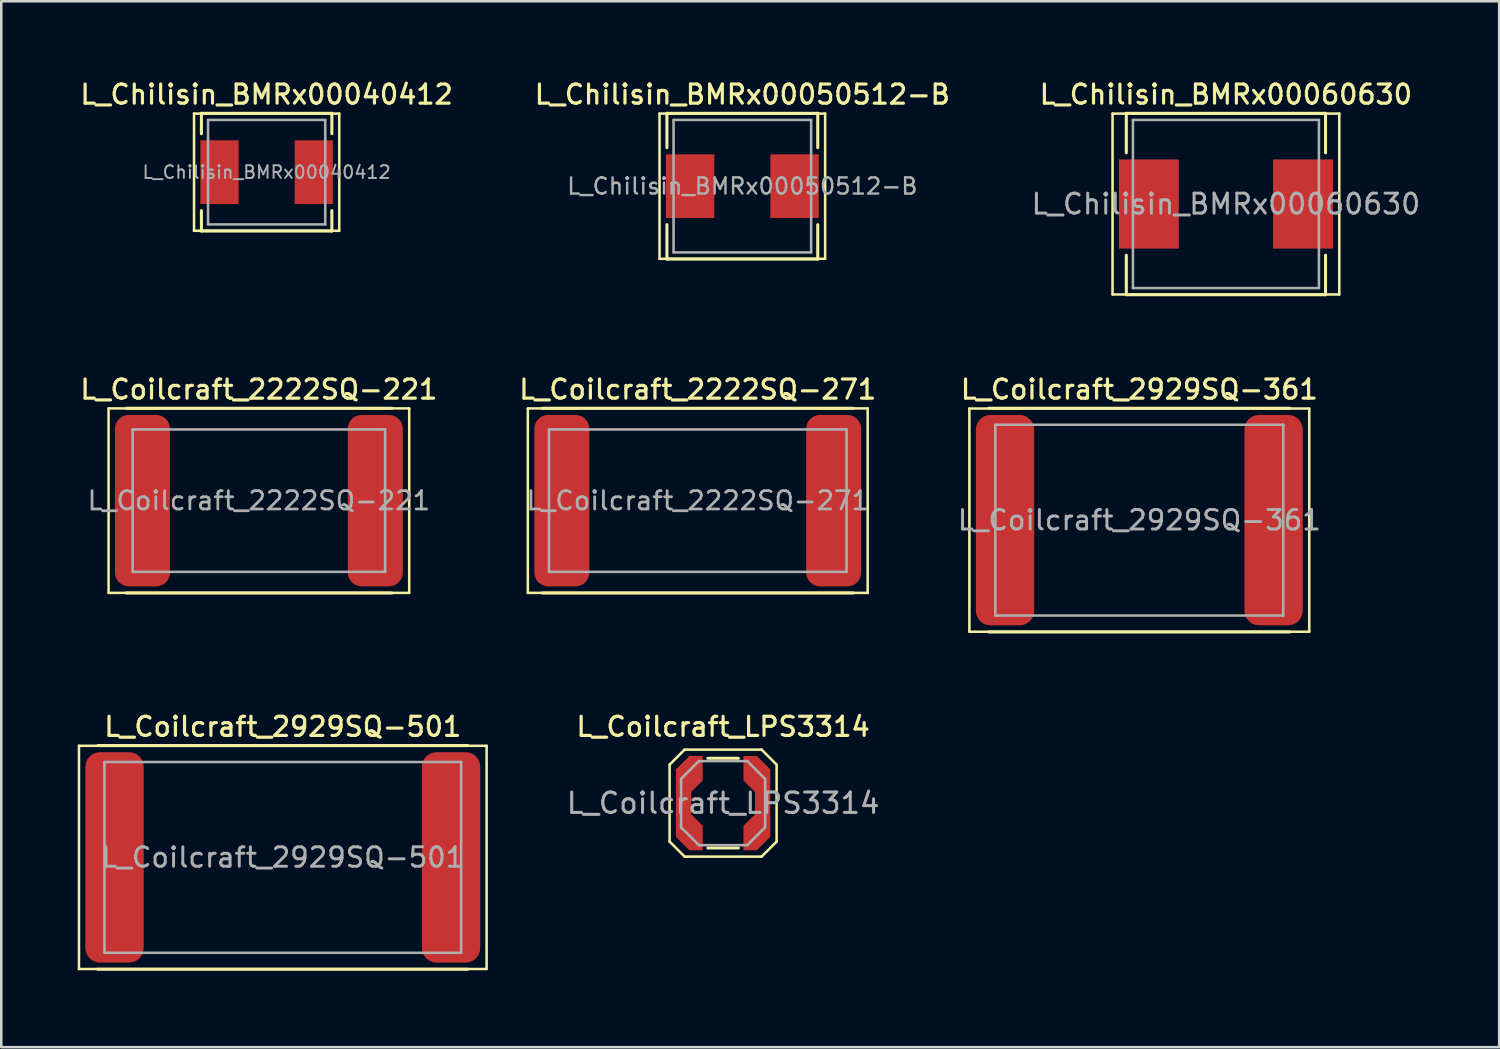
<source format=kicad_pcb>
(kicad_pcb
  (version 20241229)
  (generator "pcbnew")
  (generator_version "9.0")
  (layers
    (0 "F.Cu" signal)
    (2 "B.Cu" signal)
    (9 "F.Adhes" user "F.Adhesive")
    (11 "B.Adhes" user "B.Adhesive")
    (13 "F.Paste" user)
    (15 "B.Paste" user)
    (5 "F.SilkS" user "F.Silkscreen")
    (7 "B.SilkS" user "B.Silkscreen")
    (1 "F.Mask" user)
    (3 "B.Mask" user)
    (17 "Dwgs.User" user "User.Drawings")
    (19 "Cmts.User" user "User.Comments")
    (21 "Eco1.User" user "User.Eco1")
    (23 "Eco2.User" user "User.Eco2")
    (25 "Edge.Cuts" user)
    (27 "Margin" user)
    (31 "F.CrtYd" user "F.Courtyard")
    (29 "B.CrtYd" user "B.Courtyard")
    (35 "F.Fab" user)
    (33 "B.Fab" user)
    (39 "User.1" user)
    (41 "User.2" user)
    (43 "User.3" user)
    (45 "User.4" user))
  (footprint "L_Coilcraft_LPS3314"
    (layer "F.Cu")
    (at 25.333 28.474)
    (property "Reference" "L_Coilcraft_LPS3314" (at 0 -3 0) (layer "F.SilkS") (effects (font (size 0.75 0.75) (thickness 0.125))))
    (attr smd)
    (fp_line (start -2.1 -1.51) (end -2.1 1.51) (stroke (width 0.1) (type solid)) (layer "F.SilkS"))
    (fp_line (start -1.51 -2.1) (end -2.1 -1.51) (stroke (width 0.1) (type solid)) (layer "F.SilkS"))
    (fp_line (start -1.51 -2.1) (end 1.51 -2.1) (stroke (width 0.1) (type solid)) (layer "F.SilkS"))
    (fp_line (start -1.51 2.1) (end -2.1 1.51) (stroke (width 0.1) (type solid)) (layer "F.SilkS"))
    (fp_line (start -1.51 2.1) (end 1.51 2.1) (stroke (width 0.1) (type solid)) (layer "F.SilkS"))
    (fp_line (start -0.6 -1.76) (end 0.6 -1.76) (stroke (width 0.12) (type solid)) (layer "F.SilkS"))
    (fp_line (start -0.6 1.76) (end 0.6 1.76) (stroke (width 0.12) (type solid)) (layer "F.SilkS"))
    (fp_line (start 1.51 -2.1) (end 2.1 -1.51) (stroke (width 0.1) (type solid)) (layer "F.SilkS"))
    (fp_line (start 1.51 2.1) (end 2.1 1.51) (stroke (width 0.1) (type solid)) (layer "F.SilkS"))
    (fp_line (start 2.1 -1.51) (end 2.1 1.51) (stroke (width 0.1) (type solid)) (layer "F.SilkS"))
    (fp_line (start -1.65 -0.95) (end -0.95 -1.65) (stroke (width 0.1) (type solid)) (layer "F.Fab"))
    (fp_line (start -1.65 0.95) (end -1.65 -0.95) (stroke (width 0.1) (type solid)) (layer "F.Fab"))
    (fp_line (start -1.65 0.95) (end -0.95 1.65) (stroke (width 0.1) (type solid)) (layer "F.Fab"))
    (fp_line (start -0.95 -1.65) (end 0.95 -1.65) (stroke (width 0.1) (type solid)) (layer "F.Fab"))
    (fp_line (start 0.95 -1.65) (end 1.65 -0.95) (stroke (width 0.1) (type solid)) (layer "F.Fab"))
    (fp_line (start 0.95 1.65) (end -0.95 1.65) (stroke (width 0.1) (type solid)) (layer "F.Fab"))
    (fp_line (start 0.95 1.65) (end 1.65 0.95) (stroke (width 0.1) (type solid)) (layer "F.Fab"))
    (fp_line (start 1.65 -0.95) (end 1.65 0.95) (stroke (width 0.1) (type solid)) (layer "F.Fab"))
    (fp_text user "${REFERENCE}" (at 0 0 0) (layer "F.Fab") (effects (font (size 0.8 0.8) (thickness 0.12))))
    (pad "1" smd custom (at -1.55 0) (size 0.6 0.881) (layers "F.Cu" "F.Mask" "F.Paste") (options (anchor rect)) (primitives (gr_poly (pts (xy 0.75 -0.885) (xy 0.3 -0.441) (xy 0.3 0.441) (xy 0.75 0.885) (xy 0.75 1.85) (xy 0.225 1.85) (xy -0.3 1.325) (xy -0.3 -1.325) (xy 0.225 -1.85) (xy 0.75 -1.85)) (width 0) (fill yes))))
    (pad "2" smd custom (at 1.55 0 180) (size 0.6 0.881) (layers "F.Cu" "F.Mask" "F.Paste") (options (anchor rect)) (primitives (gr_poly (pts (xy 0.75 -0.885) (xy 0.3 -0.441) (xy 0.3 0.441) (xy 0.75 0.885) (xy 0.75 1.85) (xy 0.225 1.85) (xy -0.3 1.325) (xy -0.3 -1.325) (xy 0.225 -1.85) (xy 0.75 -1.85)) (width 0) (fill yes)))))
  (footprint "L_Chilisin_BMRx00050512-B"
    (layer "F.Cu")
    (at 26.088 4.258)
    (property "Reference" "L_Chilisin_BMRx00050512-B" (at 0 -3.6 0) (layer "F.SilkS") (effects (font (size 0.75 0.75) (thickness 0.125))))
    (attr smd)
    (fp_line (start -3.25 -2.85) (end -3.25 2.85) (stroke (width 0.1) (type solid)) (layer "F.SilkS"))
    (fp_line (start -3.25 2.85) (end 3.25 2.85) (stroke (width 0.1) (type solid)) (layer "F.SilkS"))
    (fp_line (start -2.96 -2.86) (end -2.96 -1.51) (stroke (width 0.12) (type solid)) (layer "F.SilkS"))
    (fp_line (start -2.96 -2.86) (end 2.96 -2.86) (stroke (width 0.12) (type solid)) (layer "F.SilkS"))
    (fp_line (start -2.96 2.86) (end -2.96 1.51) (stroke (width 0.12) (type solid)) (layer "F.SilkS"))
    (fp_line (start -2.96 2.86) (end 2.96 2.86) (stroke (width 0.12) (type solid)) (layer "F.SilkS"))
    (fp_line (start 2.96 -2.86) (end 2.96 -1.51) (stroke (width 0.12) (type solid)) (layer "F.SilkS"))
    (fp_line (start 2.96 2.86) (end 2.96 1.51) (stroke (width 0.12) (type solid)) (layer "F.SilkS"))
    (fp_line (start 3.25 -2.85) (end -3.25 -2.85) (stroke (width 0.1) (type solid)) (layer "F.SilkS"))
    (fp_line (start 3.25 2.85) (end 3.25 -2.85) (stroke (width 0.1) (type solid)) (layer "F.SilkS"))
    (fp_line (start -2.7 -2.6) (end -2.7 2.6) (stroke (width 0.1) (type solid)) (layer "F.Fab"))
    (fp_line (start -2.7 2.6) (end 2.7 2.6) (stroke (width 0.1) (type solid)) (layer "F.Fab"))
    (fp_line (start 2.7 -2.6) (end -2.7 -2.6) (stroke (width 0.1) (type solid)) (layer "F.Fab"))
    (fp_line (start 2.7 2.6) (end 2.7 -2.6) (stroke (width 0.1) (type solid)) (layer "F.Fab"))
    (fp_text user "${REFERENCE}" (at 0 0 0) (layer "F.Fab") (effects (font (size 0.633 0.633) (thickness 0.095))))
    (pad "1" smd rect (at -2.05 0) (size 1.9 2.5) (layers "F.Cu" "F.Mask" "F.Paste"))
    (pad "2" smd rect (at 2.05 0) (size 1.9 2.5) (layers "F.Cu" "F.Mask" "F.Paste")))
  (footprint "L_Coilcraft_2929SQ-361"
    (layer "F.Cu")
    (at 41.67 17.366)
    (property "Reference" "L_Coilcraft_2929SQ-361" (at 0 -5.13 0) (layer "F.SilkS") (effects (font (size 0.75 0.75) (thickness 0.125))))
    (attr smd)
    (fp_line (start -6.67 -4.38) (end -6.67 4.38) (stroke (width 0.1) (type solid)) (layer "F.SilkS"))
    (fp_line (start -6.67 4.38) (end 6.67 4.38) (stroke (width 0.1) (type solid)) (layer "F.SilkS"))
    (fp_line (start -5.91 -4.39) (end 5.91 -4.39) (stroke (width 0.12) (type solid)) (layer "F.SilkS"))
    (fp_line (start -5.91 4.39) (end 5.91 4.39) (stroke (width 0.12) (type solid)) (layer "F.SilkS"))
    (fp_line (start 6.67 -4.38) (end -6.67 -4.38) (stroke (width 0.1) (type solid)) (layer "F.SilkS"))
    (fp_line (start 6.67 4.38) (end 6.67 -4.38) (stroke (width 0.1) (type solid)) (layer "F.SilkS"))
    (fp_line (start -5.65 -3.745) (end -5.65 3.745) (stroke (width 0.1) (type solid)) (layer "F.Fab"))
    (fp_line (start -5.65 3.745) (end 5.65 3.745) (stroke (width 0.1) (type solid)) (layer "F.Fab"))
    (fp_line (start 5.65 -3.745) (end -5.65 -3.745) (stroke (width 0.1) (type solid)) (layer "F.Fab"))
    (fp_line (start 5.65 3.745) (end 5.65 -3.745) (stroke (width 0.1) (type solid)) (layer "F.Fab"))
    (fp_text user "${REFERENCE}" (at 0 0 0) (layer "F.Fab") (effects (font (size 0.763 0.763) (thickness 0.115))))
    (pad "1" smd roundrect (at -5.271 0) (size 2.29 8.26) (layers "F.Cu" "F.Mask" "F.Paste") (roundrect_rratio 0.25))
    (pad "2" smd roundrect (at 5.271 0) (size 2.29 8.26) (layers "F.Cu" "F.Mask" "F.Paste") (roundrect_rratio 0.25)))
  (footprint "L_Coilcraft_2222SQ-221"
    (layer "F.Cu")
    (at 7.112 16.601)
    (property "Reference" "L_Coilcraft_2222SQ-221" (at 0 -4.365 0) (layer "F.SilkS") (effects (font (size 0.75 0.75) (thickness 0.125))))
    (attr smd)
    (fp_line (start -5.9 -3.62) (end -5.9 3.62) (stroke (width 0.1) (type solid)) (layer "F.SilkS"))
    (fp_line (start -5.9 3.62) (end 5.9 3.62) (stroke (width 0.1) (type solid)) (layer "F.SilkS"))
    (fp_line (start -5.215 -3.625) (end 5.215 -3.625) (stroke (width 0.12) (type solid)) (layer "F.SilkS"))
    (fp_line (start -5.215 3.625) (end 5.215 3.625) (stroke (width 0.12) (type solid)) (layer "F.SilkS"))
    (fp_line (start 5.9 -3.62) (end -5.9 -3.62) (stroke (width 0.1) (type solid)) (layer "F.SilkS"))
    (fp_line (start 5.9 3.62) (end 5.9 -3.62) (stroke (width 0.1) (type solid)) (layer "F.SilkS"))
    (fp_line (start -4.955 -2.795) (end -4.955 2.795) (stroke (width 0.1) (type solid)) (layer "F.Fab"))
    (fp_line (start -4.955 2.795) (end 4.955 2.795) (stroke (width 0.1) (type solid)) (layer "F.Fab"))
    (fp_line (start 4.955 -2.795) (end -4.955 -2.795) (stroke (width 0.1) (type solid)) (layer "F.Fab"))
    (fp_line (start 4.955 2.795) (end 4.955 -2.795) (stroke (width 0.1) (type solid)) (layer "F.Fab"))
    (fp_text user "${REFERENCE}" (at 0 0 0) (layer "F.Fab") (effects (font (size 0.72 0.72) (thickness 0.108))))
    (pad "1" smd roundrect (at -4.57 0) (size 2.16 6.73) (layers "F.Cu" "F.Mask" "F.Paste") (roundrect_rratio 0.25))
    (pad "2" smd roundrect (at 4.57 0) (size 2.16 6.73) (layers "F.Cu" "F.Mask" "F.Paste") (roundrect_rratio 0.25)))
  (footprint "L_Chilisin_BMRx00040412"
    (layer "F.Cu")
    (at 7.416 3.708)
    (property "Reference" "L_Chilisin_BMRx00040412" (at 0 -3.05 0) (layer "F.SilkS") (effects (font (size 0.75 0.75) (thickness 0.125))))
    (attr smd)
    (fp_line (start -2.85 -2.3) (end -2.85 2.3) (stroke (width 0.1) (type solid)) (layer "F.SilkS"))
    (fp_line (start -2.85 2.3) (end 2.85 2.3) (stroke (width 0.1) (type solid)) (layer "F.SilkS"))
    (fp_line (start -2.56 -2.31) (end -2.56 -1.51) (stroke (width 0.12) (type solid)) (layer "F.SilkS"))
    (fp_line (start -2.56 -2.31) (end 2.56 -2.31) (stroke (width 0.12) (type solid)) (layer "F.SilkS"))
    (fp_line (start -2.56 2.31) (end -2.56 1.51) (stroke (width 0.12) (type solid)) (layer "F.SilkS"))
    (fp_line (start -2.56 2.31) (end 2.56 2.31) (stroke (width 0.12) (type solid)) (layer "F.SilkS"))
    (fp_line (start 2.56 -2.31) (end 2.56 -1.51) (stroke (width 0.12) (type solid)) (layer "F.SilkS"))
    (fp_line (start 2.56 2.31) (end 2.56 1.51) (stroke (width 0.12) (type solid)) (layer "F.SilkS"))
    (fp_line (start 2.85 -2.3) (end -2.85 -2.3) (stroke (width 0.1) (type solid)) (layer "F.SilkS"))
    (fp_line (start 2.85 2.3) (end 2.85 -2.3) (stroke (width 0.1) (type solid)) (layer "F.SilkS"))
    (fp_line (start -2.3 -2.05) (end -2.3 2.05) (stroke (width 0.1) (type solid)) (layer "F.Fab"))
    (fp_line (start -2.3 2.05) (end 2.3 2.05) (stroke (width 0.1) (type solid)) (layer "F.Fab"))
    (fp_line (start 2.3 -2.05) (end -2.3 -2.05) (stroke (width 0.1) (type solid)) (layer "F.Fab"))
    (fp_line (start 2.3 2.05) (end 2.3 -2.05) (stroke (width 0.1) (type solid)) (layer "F.Fab"))
    (fp_text user "${REFERENCE}" (at 0 0 0) (layer "F.Fab") (effects (font (size 0.5 0.5) (thickness 0.075))))
    (pad "1" smd rect (at -1.85 0) (size 1.5 2.5) (layers "F.Cu" "F.Mask" "F.Paste"))
    (pad "2" smd rect (at 1.85 0) (size 1.5 2.5) (layers "F.Cu" "F.Mask" "F.Paste")))
  (footprint "L_Coilcraft_2929SQ-501"
    (layer "F.Cu")
    (at 8.05 30.604)
    (property "Reference" "L_Coilcraft_2929SQ-501" (at 0 -5.13 0) (layer "F.SilkS") (effects (font (size 0.75 0.75) (thickness 0.125))))
    (attr smd)
    (fp_line (start -8 -4.38) (end -8 4.38) (stroke (width 0.1) (type solid)) (layer "F.SilkS"))
    (fp_line (start -8 4.38) (end 8 4.38) (stroke (width 0.1) (type solid)) (layer "F.SilkS"))
    (fp_line (start -7.26 -4.39) (end 7.26 -4.39) (stroke (width 0.12) (type solid)) (layer "F.SilkS"))
    (fp_line (start -7.26 4.39) (end 7.26 4.39) (stroke (width 0.12) (type solid)) (layer "F.SilkS"))
    (fp_line (start 8 -4.38) (end -8 -4.38) (stroke (width 0.1) (type solid)) (layer "F.SilkS"))
    (fp_line (start 8 4.38) (end 8 -4.38) (stroke (width 0.1) (type solid)) (layer "F.SilkS"))
    (fp_line (start -7 -3.745) (end -7 3.745) (stroke (width 0.1) (type solid)) (layer "F.Fab"))
    (fp_line (start -7 3.745) (end 7 3.745) (stroke (width 0.1) (type solid)) (layer "F.Fab"))
    (fp_line (start 7 -3.745) (end -7 -3.745) (stroke (width 0.1) (type solid)) (layer "F.Fab"))
    (fp_line (start 7 3.745) (end 7 -3.745) (stroke (width 0.1) (type solid)) (layer "F.Fab"))
    (fp_text user "${REFERENCE}" (at 0 0 0) (layer "F.Fab") (effects (font (size 0.763 0.763) (thickness 0.115))))
    (pad "1" smd roundrect (at -6.605 0) (size 2.29 8.26) (layers "F.Cu" "F.Mask" "F.Paste") (roundrect_rratio 0.25))
    (pad "2" smd roundrect (at 6.605 0) (size 2.29 8.26) (layers "F.Cu" "F.Mask" "F.Paste") (roundrect_rratio 0.25)))
  (footprint "L_Chilisin_BMRx00060630"
    (layer "F.Cu")
    (at 45.069 4.958)
    (property "Reference" "L_Chilisin_BMRx00060630" (at 0 -4.3 0) (layer "F.SilkS") (effects (font (size 0.75 0.75) (thickness 0.125))))
    (attr smd)
    (fp_line (start -4.45 -3.55) (end -4.45 3.55) (stroke (width 0.1) (type solid)) (layer "F.SilkS"))
    (fp_line (start -4.45 3.55) (end 4.45 3.55) (stroke (width 0.1) (type solid)) (layer "F.SilkS"))
    (fp_line (start -3.91 -3.56) (end -3.91 -2.01) (stroke (width 0.12) (type solid)) (layer "F.SilkS"))
    (fp_line (start -3.91 -3.56) (end 3.91 -3.56) (stroke (width 0.12) (type solid)) (layer "F.SilkS"))
    (fp_line (start -3.91 3.56) (end -3.91 2.01) (stroke (width 0.12) (type solid)) (layer "F.SilkS"))
    (fp_line (start -3.91 3.56) (end 3.91 3.56) (stroke (width 0.12) (type solid)) (layer "F.SilkS"))
    (fp_line (start 3.91 -3.56) (end 3.91 -2.01) (stroke (width 0.12) (type solid)) (layer "F.SilkS"))
    (fp_line (start 3.91 3.56) (end 3.91 2.01) (stroke (width 0.12) (type solid)) (layer "F.SilkS"))
    (fp_line (start 4.45 -3.55) (end -4.45 -3.55) (stroke (width 0.1) (type solid)) (layer "F.SilkS"))
    (fp_line (start 4.45 3.55) (end 4.45 -3.55) (stroke (width 0.1) (type solid)) (layer "F.SilkS"))
    (fp_line (start -3.65 -3.3) (end -3.65 3.3) (stroke (width 0.1) (type solid)) (layer "F.Fab"))
    (fp_line (start -3.65 3.3) (end 3.65 3.3) (stroke (width 0.1) (type solid)) (layer "F.Fab"))
    (fp_line (start 3.65 -3.3) (end -3.65 -3.3) (stroke (width 0.1) (type solid)) (layer "F.Fab"))
    (fp_line (start 3.65 3.3) (end 3.65 -3.3) (stroke (width 0.1) (type solid)) (layer "F.Fab"))
    (fp_text user "${REFERENCE}" (at 0 0 0) (layer "F.Fab") (effects (font (size 0.783 0.783) (thickness 0.117))))
    (pad "1" smd rect (at -3.025 0) (size 2.35 3.5) (layers "F.Cu" "F.Mask" "F.Paste"))
    (pad "2" smd rect (at 3.025 0) (size 2.35 3.5) (layers "F.Cu" "F.Mask" "F.Paste")))
  (footprint "L_Coilcraft_2222SQ-271"
    (layer "F.Cu")
    (at 24.338 16.601)
    (property "Reference" "L_Coilcraft_2222SQ-271" (at 0 -4.365 0) (layer "F.SilkS") (effects (font (size 0.75 0.75) (thickness 0.125))))
    (attr smd)
    (fp_line (start -6.67 -3.62) (end -6.67 3.62) (stroke (width 0.1) (type solid)) (layer "F.SilkS"))
    (fp_line (start -6.67 3.62) (end 6.67 3.62) (stroke (width 0.1) (type solid)) (layer "F.SilkS"))
    (fp_line (start -6.1 -3.625) (end 6.1 -3.625) (stroke (width 0.12) (type solid)) (layer "F.SilkS"))
    (fp_line (start -6.1 3.625) (end 6.1 3.625) (stroke (width 0.12) (type solid)) (layer "F.SilkS"))
    (fp_line (start 6.67 -3.62) (end -6.67 -3.62) (stroke (width 0.1) (type solid)) (layer "F.SilkS"))
    (fp_line (start 6.67 3.62) (end 6.67 -3.62) (stroke (width 0.1) (type solid)) (layer "F.SilkS"))
    (fp_line (start -5.84 -2.795) (end -5.84 2.795) (stroke (width 0.1) (type solid)) (layer "F.Fab"))
    (fp_line (start -5.84 2.795) (end 5.84 2.795) (stroke (width 0.1) (type solid)) (layer "F.Fab"))
    (fp_line (start 5.84 -2.795) (end -5.84 -2.795) (stroke (width 0.1) (type solid)) (layer "F.Fab"))
    (fp_line (start 5.84 2.795) (end 5.84 -2.795) (stroke (width 0.1) (type solid)) (layer "F.Fab"))
    (fp_text user "${REFERENCE}" (at 0 0 0) (layer "F.Fab") (effects (font (size 0.72 0.72) (thickness 0.108))))
    (pad "1" smd roundrect (at -5.335 0) (size 2.16 6.73) (layers "F.Cu" "F.Mask" "F.Paste") (roundrect_rratio 0.25))
    (pad "2" smd roundrect (at 5.335 0) (size 2.16 6.73) (layers "F.Cu" "F.Mask" "F.Paste") (roundrect_rratio 0.25)))
  (gr_rect
    (start -3 -3)
    (end 55.795 38.054)
    (stroke (width 0.1) (type default))
    (fill no)
    (layer "Edge.Cuts")))
</source>
